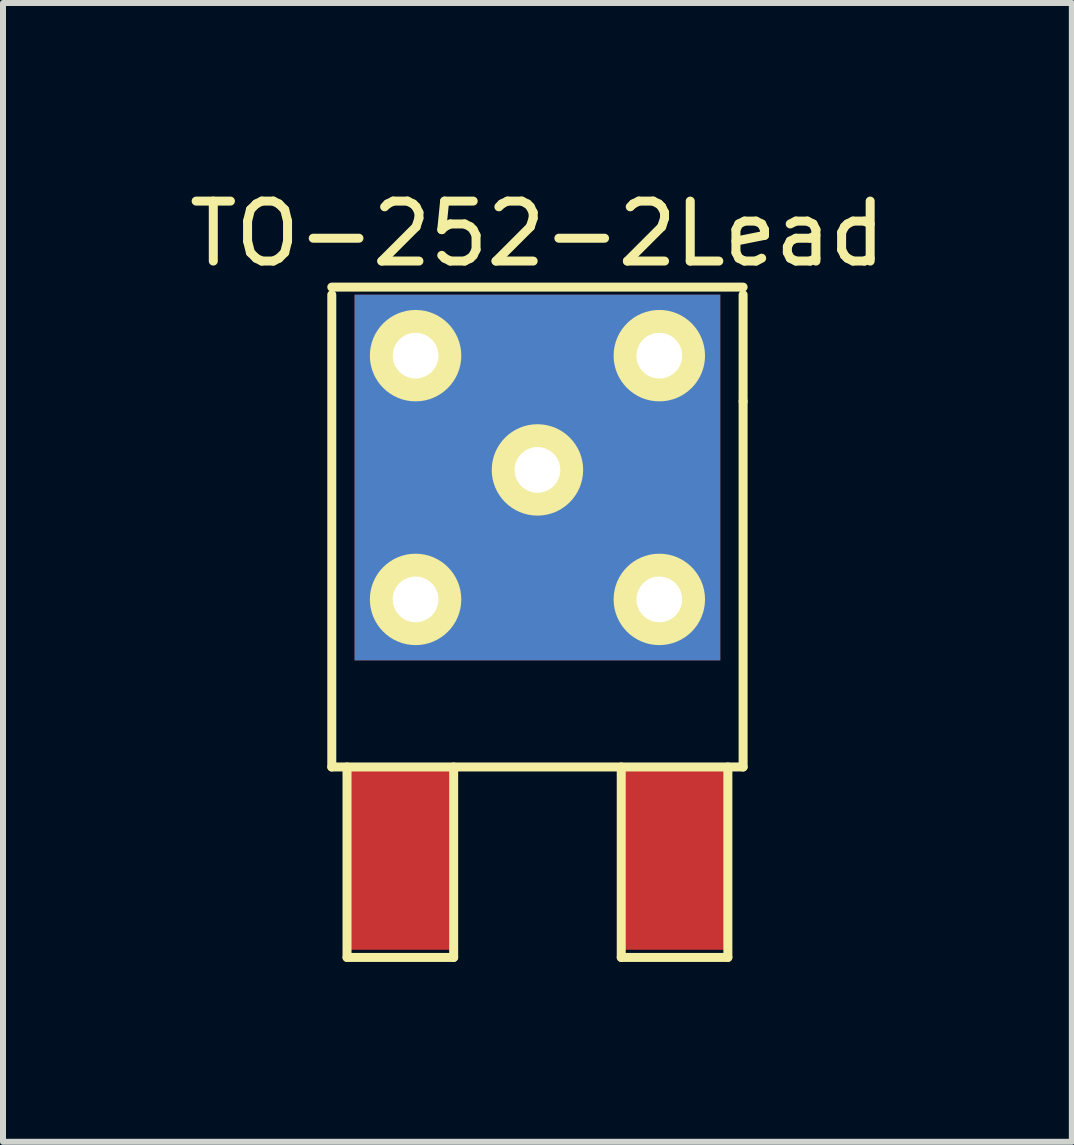
<source format=kicad_pcb>
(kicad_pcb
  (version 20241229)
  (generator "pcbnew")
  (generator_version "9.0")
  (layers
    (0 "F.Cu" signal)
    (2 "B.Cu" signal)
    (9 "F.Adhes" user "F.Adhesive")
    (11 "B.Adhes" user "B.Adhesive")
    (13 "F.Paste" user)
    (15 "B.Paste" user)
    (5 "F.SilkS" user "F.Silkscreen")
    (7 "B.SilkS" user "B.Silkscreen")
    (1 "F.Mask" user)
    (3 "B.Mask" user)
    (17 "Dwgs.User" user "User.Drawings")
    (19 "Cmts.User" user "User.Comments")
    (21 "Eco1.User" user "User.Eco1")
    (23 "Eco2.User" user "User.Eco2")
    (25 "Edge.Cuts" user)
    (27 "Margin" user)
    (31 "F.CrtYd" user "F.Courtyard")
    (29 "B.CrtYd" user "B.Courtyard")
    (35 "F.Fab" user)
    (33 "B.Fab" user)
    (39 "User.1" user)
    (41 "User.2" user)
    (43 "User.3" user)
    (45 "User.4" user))
  (footprint "TO-252-2Lead"
    (layer "F.Cu")
    (at 5.911 11.262)
    (property "Reference" "TO-252-2Lead" (at 0 -10.414 0) (layer "F.SilkS") (effects (font (size 1 1) (thickness 0.15))))
    (attr smd)
    (fp_line (start -3.429 -9.525) (end 3.429 -9.525) (stroke (width 0.15) (type solid)) (layer "F.SilkS"))
    (fp_line (start -3.429 -1.524) (end -3.429 -9.398) (stroke (width 0.15) (type solid)) (layer "F.SilkS"))
    (fp_line (start -3.175 -1.524) (end -3.175 1.651) (stroke (width 0.15) (type solid)) (layer "F.SilkS"))
    (fp_line (start -3.175 1.651) (end -1.397 1.651) (stroke (width 0.15) (type solid)) (layer "F.SilkS"))
    (fp_line (start -1.397 1.651) (end -1.397 -1.524) (stroke (width 0.15) (type solid)) (layer "F.SilkS"))
    (fp_line (start 1.397 -1.524) (end 1.397 1.651) (stroke (width 0.15) (type solid)) (layer "F.SilkS"))
    (fp_line (start 1.397 1.651) (end 3.175 1.651) (stroke (width 0.15) (type solid)) (layer "F.SilkS"))
    (fp_line (start 3.175 1.651) (end 3.175 -1.524) (stroke (width 0.15) (type solid)) (layer "F.SilkS"))
    (fp_line (start 3.429 -9.398) (end 3.429 -7.62) (stroke (width 0.15) (type solid)) (layer "F.SilkS"))
    (fp_line (start 3.429 -7.62) (end 3.429 -1.524) (stroke (width 0.15) (type solid)) (layer "F.SilkS"))
    (fp_line (start 3.429 -1.524) (end -3.429 -1.524) (stroke (width 0.15) (type solid)) (layer "F.SilkS"))
    (pad "1" smd rect (at -2.286 0) (size 1.651 3.048) (layers "F.Cu" "F.Mask" "F.Paste"))
    (pad "2" thru_hole circle (at -2.032 -8.382) (size 1.524 1.524) (drill 0.762) (layers "*.Cu" "F.SilkS"))
    (pad "2" thru_hole circle (at -2.032 -4.318) (size 1.524 1.524) (drill 0.762) (layers "*.Cu" "F.SilkS"))
    (pad "2" thru_hole circle (at 0 -6.477) (size 1.524 1.524) (drill 0.762) (layers "*.Cu" "F.SilkS"))
    (pad "2" smd rect (at 0 -6.35) (size 6.096 6.096) (layers "F.Cu" "F.Mask" "F.Paste"))
    (pad "2" smd rect (at 0 -6.35) (size 6.096 6.096) (layers "F.Mask" "B.Cu" "F.Paste"))
    (pad "2" thru_hole circle (at 2.032 -8.382) (size 1.524 1.524) (drill 0.762) (layers "*.Cu" "F.SilkS"))
    (pad "2" thru_hole circle (at 2.032 -4.318) (size 1.524 1.524) (drill 0.762) (layers "*.Cu" "F.SilkS"))
    (pad "3" smd rect (at 2.286 0) (size 1.651 3.048) (layers "F.Cu" "F.Mask" "F.Paste")))
  (gr_rect
    (start -3 -3)
    (end 14.821 15.988)
    (stroke (width 0.1) (type default))
    (fill no)
    (layer "Edge.Cuts")))
</source>
